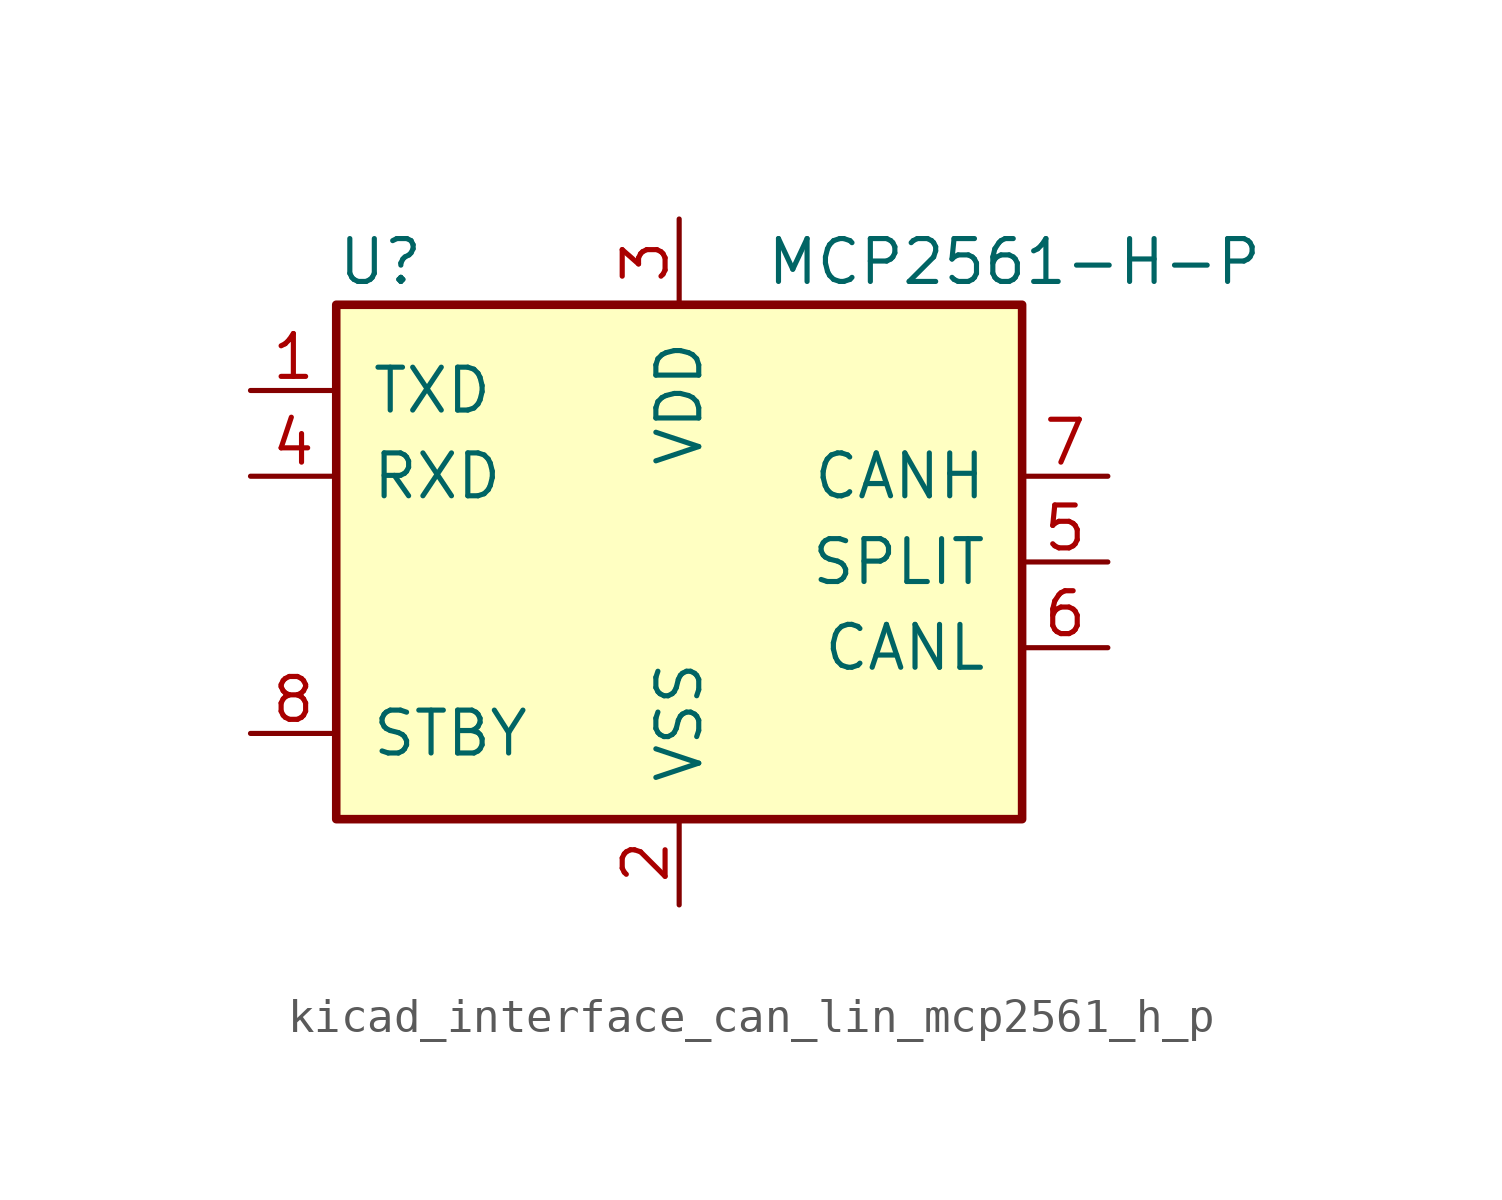
<source format=kicad_sym>
(kicad_symbol_lib
  (version 20220914)
  (generator kicad_symbol_editor)
  (symbol "kicad_interface_can_lin_mcp2561_h_p"
    (pin_names
      (offset 1.016))
    (property "Reference" "U"
      (at -10.16 8.89 0)
      (effects (font (size 1.27 1.27)) (justify left)))
    (property "Value" "MCP2561-H-P"
      (at 2.54 8.89 0)
      (effects (font (size 1.27 1.27)) (justify left)))
    (symbol "kicad_interface_can_lin_mcp2561_h_p_0_1"
      (rectangle (start -10.16 7.62) (end 10.16 -7.62) (stroke (width 0.254) (type default)) (fill (type background))))
    (symbol "kicad_interface_can_lin_mcp2561_h_p_1_1"
      (pin input line (at -12.7 5.08 0) (length 2.54) (name "TXD" (effects (font (size 1.27 1.27)))) (number "1" (effects (font (size 1.27 1.27)))))
      (pin power_in line (at 0 -10.16 90) (length 2.54) (name "VSS" (effects (font (size 1.27 1.27)))) (number "2" (effects (font (size 1.27 1.27)))))
      (pin power_in line (at 0 10.16 270) (length 2.54) (name "VDD" (effects (font (size 1.27 1.27)))) (number "3" (effects (font (size 1.27 1.27)))))
      (pin output line (at -12.7 2.54 0) (length 2.54) (name "RXD" (effects (font (size 1.27 1.27)))) (number "4" (effects (font (size 1.27 1.27)))))
      (pin passive line (at 12.7 0 180) (length 2.54) (name "SPLIT" (effects (font (size 1.27 1.27)))) (number "5" (effects (font (size 1.27 1.27)))))
      (pin bidirectional line (at 12.7 -2.54 180) (length 2.54) (name "CANL" (effects (font (size 1.27 1.27)))) (number "6" (effects (font (size 1.27 1.27)))))
      (pin bidirectional line (at 12.7 2.54 180) (length 2.54) (name "CANH" (effects (font (size 1.27 1.27)))) (number "7" (effects (font (size 1.27 1.27)))))
      (pin input line (at -12.7 -5.08 0) (length 2.54) (name "STBY" (effects (font (size 1.27 1.27)))) (number "8" (effects (font (size 1.27 1.27))))))))
</source>
